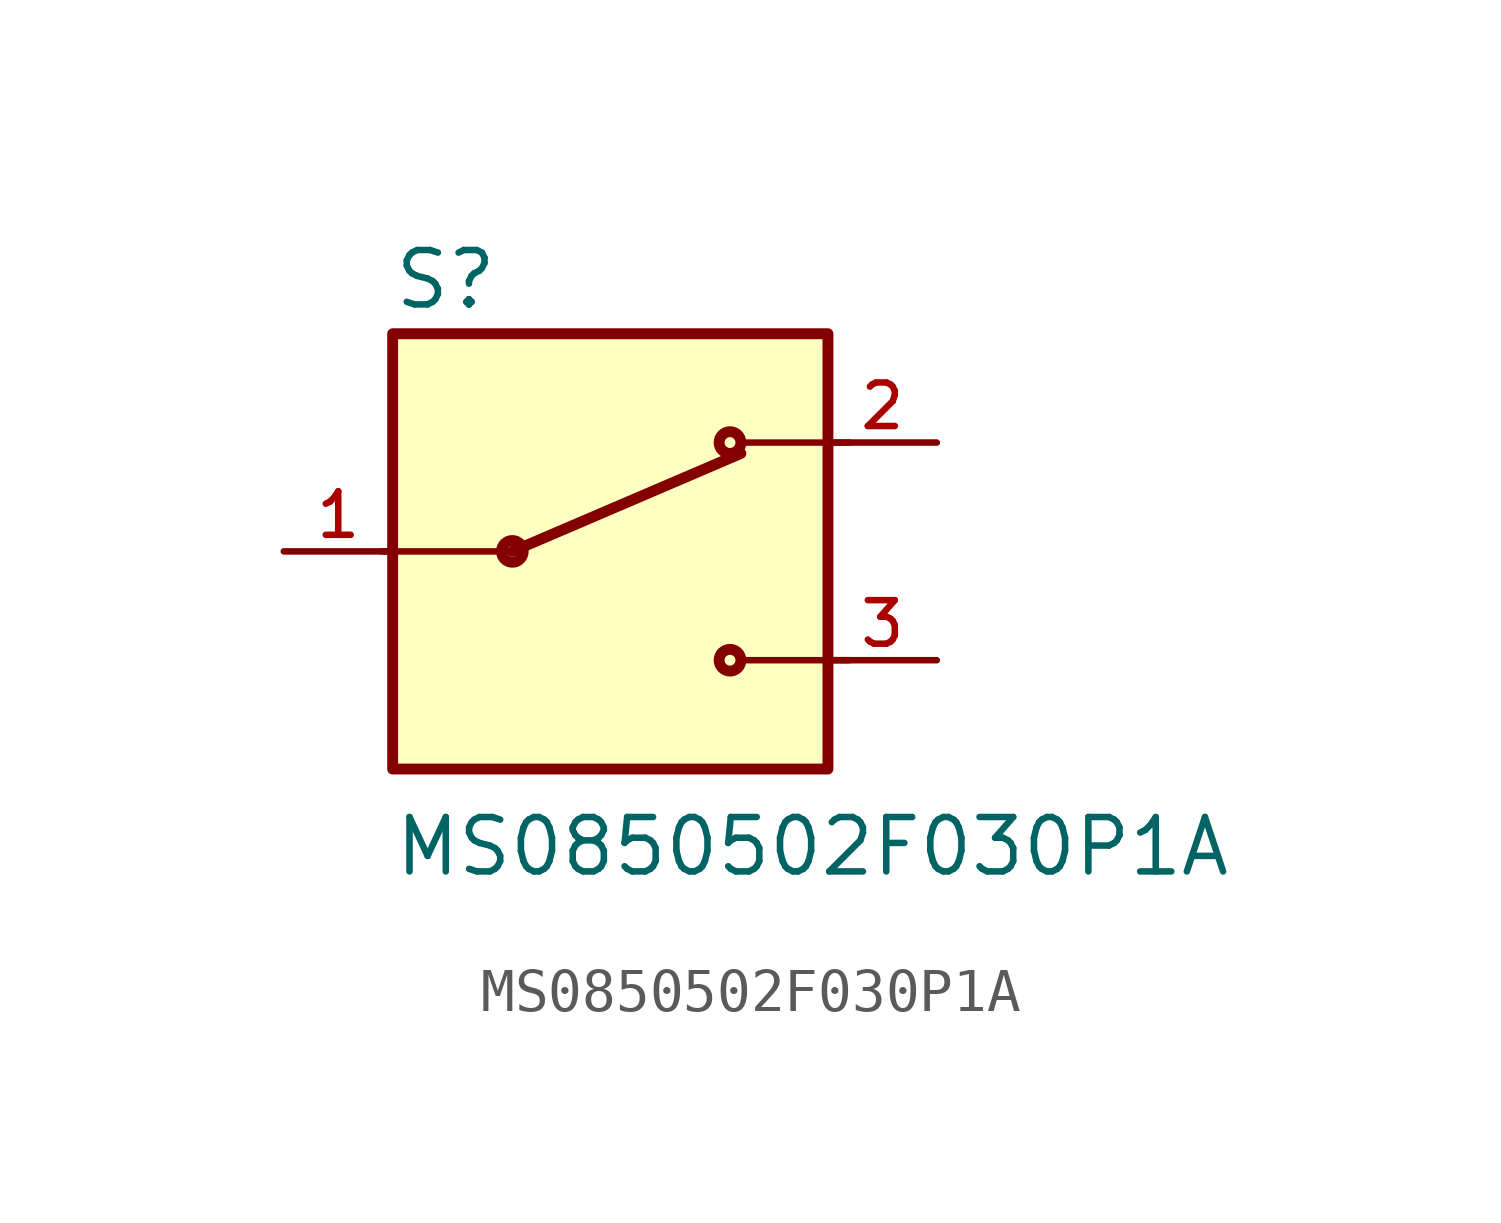
<source format=kicad_sym>
(kicad_symbol_lib
  (version 20211014)
  (generator kicad_symbol_editor)
  (symbol "MS0850502F030P1A"
    (pin_names
      (offset 1.016))
    (property "Reference" "S"
      (at -5.092 5.601 0)
      (effects (font (size 1.27 1.27)) (justify bottom left)))
    (property "Value" "MS0850502F030P1A"
      (at -5.089 -7.633 0)
      (effects (font (size 1.27 1.27)) (justify bottom left)))
    (symbol "MS0850502F030P1A_0_0"
      (circle (center 2.794 2.54) (radius 0.254) (stroke (width 0.254)) (fill (type none)))
      (circle (center -2.286 0.0) (radius 0.254) (stroke (width 0.254)) (fill (type none)))
      (circle (center 2.794 -2.54) (radius 0.254) (stroke (width 0.254)) (fill (type none)))
      (polyline (pts (xy -2.286 0.0) (xy 3.048 2.286)) (stroke (width 0.254)))
      (polyline (pts (xy 3.048 2.54) (xy 5.588 2.54)) (stroke (width 0.152)))
      (polyline (pts (xy 3.048 -2.54) (xy 5.588 -2.54)) (stroke (width 0.152)))
      (polyline (pts (xy -2.286 0.0) (xy -5.334 0.0)) (stroke (width 0.152)))
      (rectangle (start -5.08 -5.08) (end 5.08 5.08) (stroke (width 0.254)) (fill (type background)))
      (pin passive line (at -7.62 0.0 0) (length 2.54) (name "~" (effects (font (size 1.016 1.016)))) (number "1" (effects (font (size 1.016 1.016)))))
      (pin passive line (at 7.62 -2.54 180.0) (length 2.54) (name "~" (effects (font (size 1.016 1.016)))) (number "3" (effects (font (size 1.016 1.016)))))
      (pin passive line (at 7.62 2.54 180.0) (length 2.54) (name "~" (effects (font (size 1.016 1.016)))) (number "2" (effects (font (size 1.016 1.016))))))))
</source>
